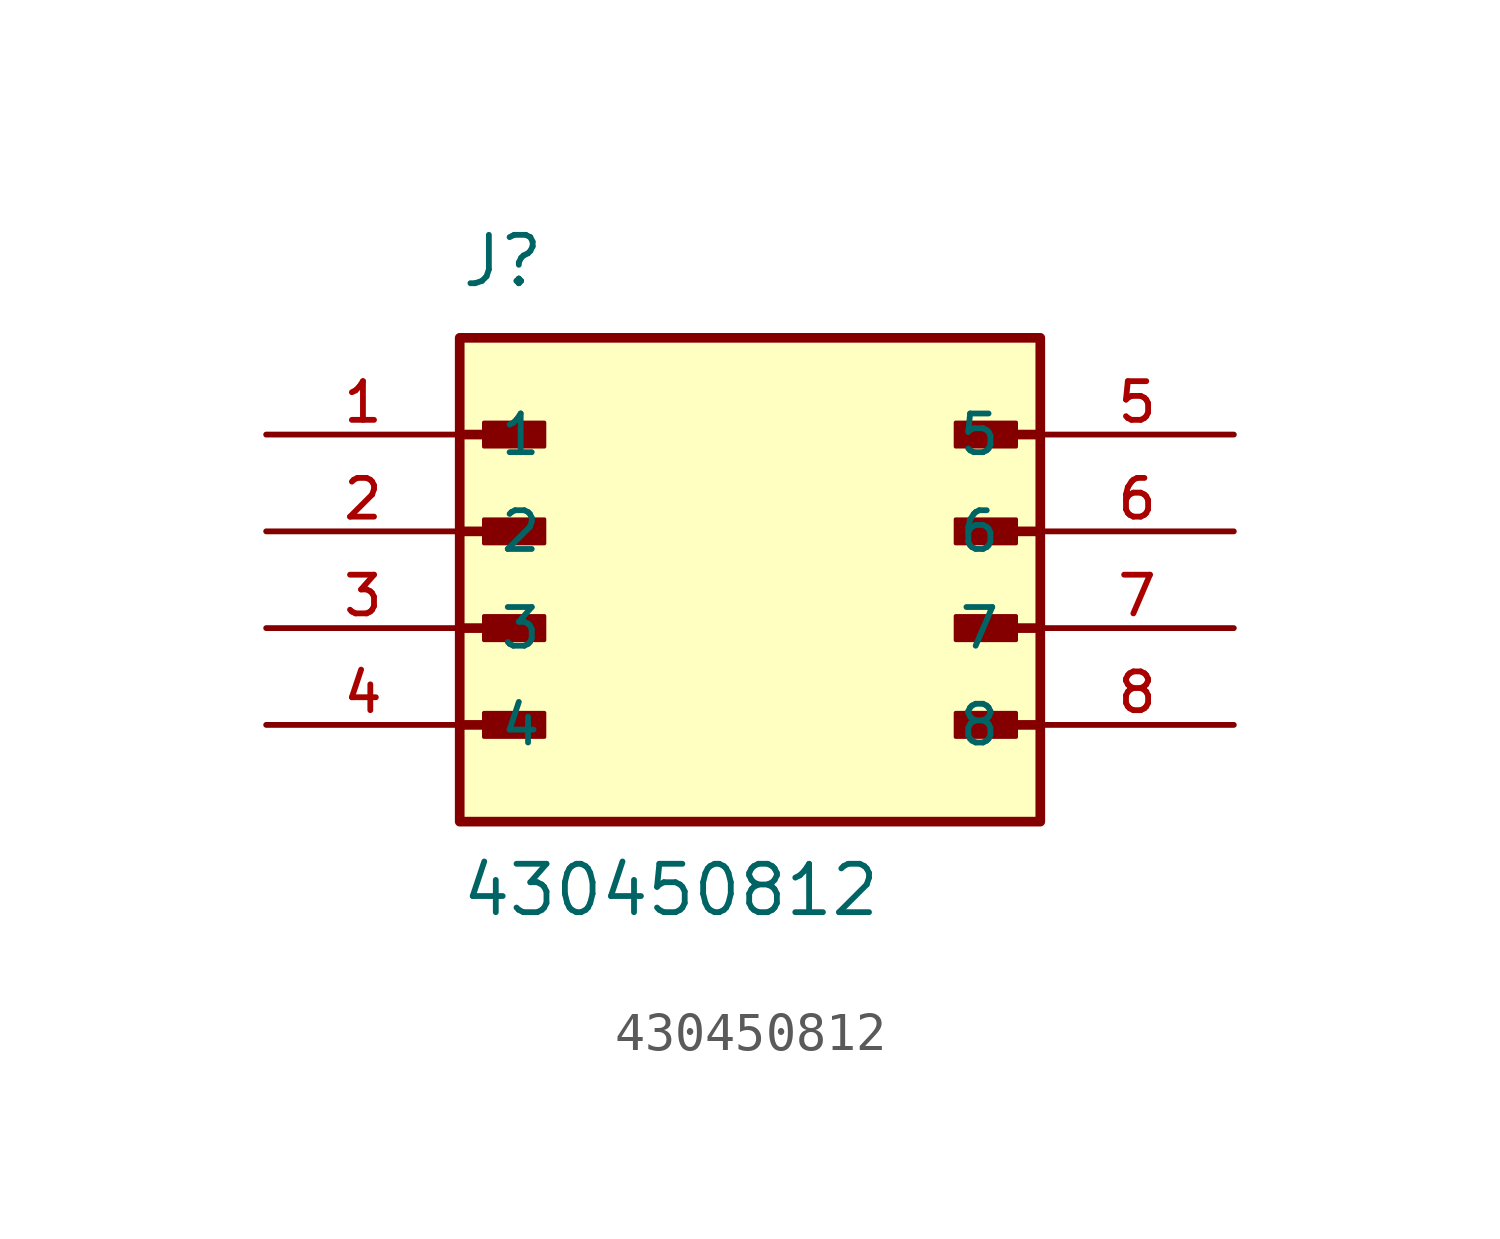
<source format=kicad_sym>
(kicad_symbol_lib
  (version 20211014)
  (generator kicad_symbol_editor)
  (symbol "430450812"
    (pin_names
      (offset 1.016))
    (property "Reference" "J"
      (at -7.62 8.89 0)
      (effects (font (size 1.27 1.27)) (justify bottom left)))
    (property "Value" "430450812"
      (at -7.62 -7.62 0)
      (effects (font (size 1.27 1.27)) (justify bottom left)))
    (symbol "430450812_0_0"
      (polyline (pts (xy -7.62 5.08) (xy -5.715 5.08)) (stroke (width 0.254)))
      (rectangle (start -6.985 4.763) (end -5.397 5.397) (stroke (width 0.1)) (fill (type outline)))
      (polyline (pts (xy -7.62 2.54) (xy -5.715 2.54)) (stroke (width 0.254)))
      (rectangle (start -6.985 2.223) (end -5.397 2.857) (stroke (width 0.1)) (fill (type outline)))
      (polyline (pts (xy -7.62 0.0) (xy -5.715 0.0)) (stroke (width 0.254)))
      (rectangle (start -6.985 -0.318) (end -5.397 0.318) (stroke (width 0.1)) (fill (type outline)))
      (polyline (pts (xy -7.62 -2.54) (xy -5.715 -2.54)) (stroke (width 0.254)))
      (rectangle (start -6.985 -2.857) (end -5.397 -2.223) (stroke (width 0.1)) (fill (type outline)))
      (polyline (pts (xy 7.62 5.08) (xy 5.715 5.08)) (stroke (width 0.254)))
      (rectangle (start 5.397 4.763) (end 6.985 5.397) (stroke (width 0.1)) (fill (type outline)))
      (polyline (pts (xy 7.62 2.54) (xy 5.715 2.54)) (stroke (width 0.254)))
      (rectangle (start 5.397 2.223) (end 6.985 2.857) (stroke (width 0.1)) (fill (type outline)))
      (polyline (pts (xy 7.62 0.0) (xy 5.715 0.0)) (stroke (width 0.254)))
      (rectangle (start 5.397 -0.318) (end 6.985 0.318) (stroke (width 0.1)) (fill (type outline)))
      (polyline (pts (xy 7.62 -2.54) (xy 5.715 -2.54)) (stroke (width 0.254)))
      (rectangle (start 5.397 -2.857) (end 6.985 -2.223) (stroke (width 0.1)) (fill (type outline)))
      (rectangle (start -7.62 -5.08) (end 7.62 7.62) (stroke (width 0.254)) (fill (type background)))
      (pin passive line (at -12.7 5.08 0) (length 5.08) (name "1" (effects (font (size 1.016 1.016)))) (number "1" (effects (font (size 1.016 1.016)))))
      (pin passive line (at -12.7 2.54 0) (length 5.08) (name "2" (effects (font (size 1.016 1.016)))) (number "2" (effects (font (size 1.016 1.016)))))
      (pin passive line (at -12.7 0.0 0) (length 5.08) (name "3" (effects (font (size 1.016 1.016)))) (number "3" (effects (font (size 1.016 1.016)))))
      (pin passive line (at -12.7 -2.54 0) (length 5.08) (name "4" (effects (font (size 1.016 1.016)))) (number "4" (effects (font (size 1.016 1.016)))))
      (pin passive line (at 12.7 5.08 180.0) (length 5.08) (name "5" (effects (font (size 1.016 1.016)))) (number "5" (effects (font (size 1.016 1.016)))))
      (pin passive line (at 12.7 2.54 180.0) (length 5.08) (name "6" (effects (font (size 1.016 1.016)))) (number "6" (effects (font (size 1.016 1.016)))))
      (pin passive line (at 12.7 0.0 180.0) (length 5.08) (name "7" (effects (font (size 1.016 1.016)))) (number "7" (effects (font (size 1.016 1.016)))))
      (pin passive line (at 12.7 -2.54 180.0) (length 5.08) (name "8" (effects (font (size 1.016 1.016)))) (number "8" (effects (font (size 1.016 1.016))))))))
</source>
